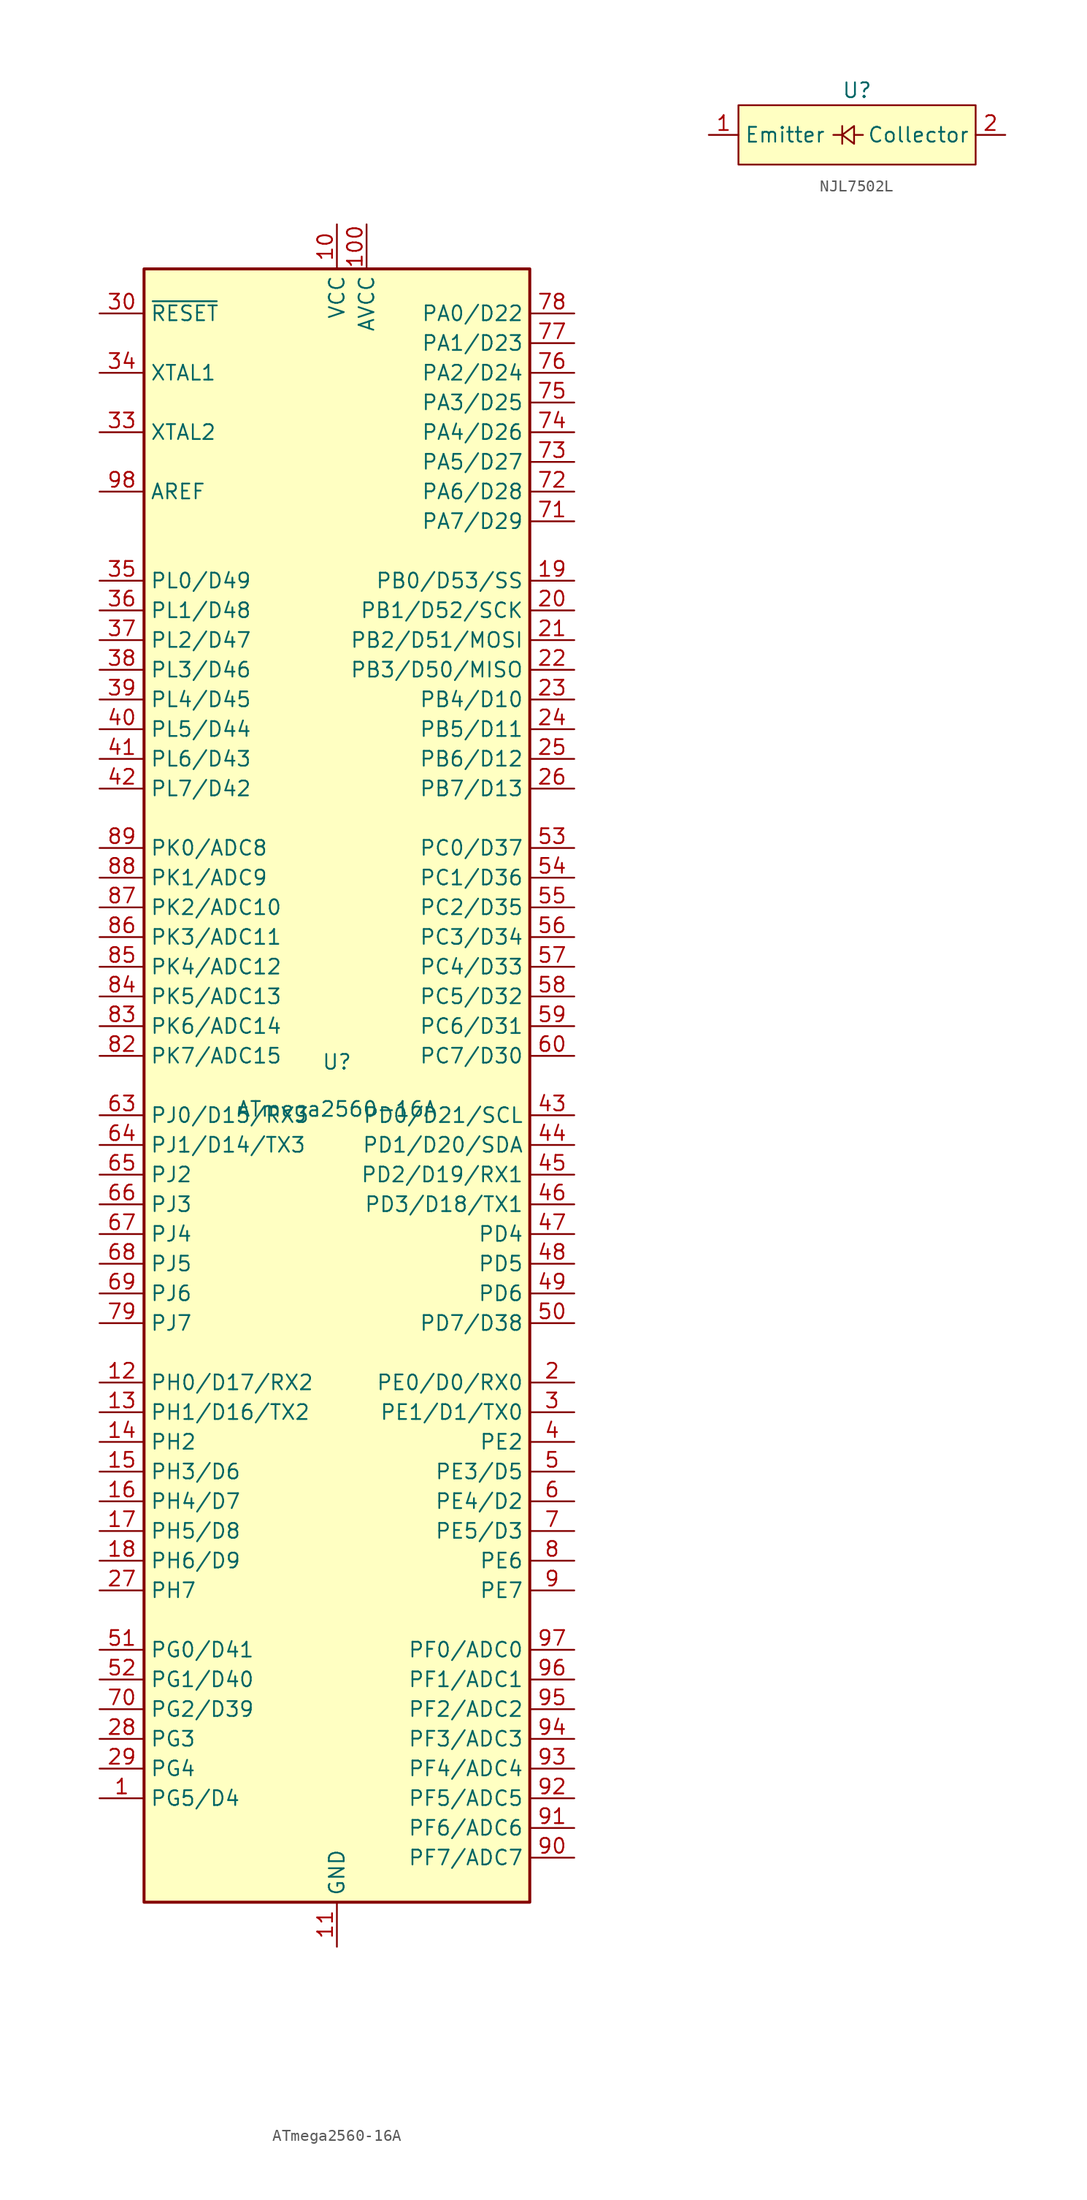
<source format=kicad_sym>
(kicad_symbol_lib
  (version 20231120)
  (generator "kicad_symbol_editor")
  (generator_version "8.0")
  (symbol "ATmega2560-16A"
    (property "Reference" "U"
      (at 0 1.27 0)
      (effects (font (size 1.27 1.27)) (justify bottom)))
    (property "Value" "ATmega2560-16A"
      (at 0 -1.27 0)
      (effects (font (size 1.27 1.27)) (justify top)))
    (symbol "ATmega2560-16A_0_1"
      (rectangle (start -16.51 69.85) (end 16.51 -69.85) (stroke (width 0.254) (type default)) (fill (type background))))
    (symbol "ATmega2560-16A_1_1"
      (pin bidirectional line (at -20.32 -60.96 0) (length 3.81) (name "PG5/D4" (effects (font (size 1.27 1.27)))) (number "1" (effects (font (size 1.27 1.27)))))
      (pin power_in line (at 0 73.66 270) (length 3.81) (name "VCC" (effects (font (size 1.27 1.27)))) (number "10" (effects (font (size 1.27 1.27)))))
      (pin power_in line (at 2.54 73.66 270) (length 3.81) (name "AVCC" (effects (font (size 1.27 1.27)))) (number "100" (effects (font (size 1.27 1.27)))))
      (pin power_in line (at 0 -73.66 90) (length 3.81) (name "GND" (effects (font (size 1.27 1.27)))) (number "11" (effects (font (size 1.27 1.27)))))
      (pin bidirectional line (at -20.32 -25.4 0) (length 3.81) (name "PH0/D17/RX2" (effects (font (size 1.27 1.27)))) (number "12" (effects (font (size 1.27 1.27)))))
      (pin bidirectional line (at -20.32 -27.94 0) (length 3.81) (name "PH1/D16/TX2" (effects (font (size 1.27 1.27)))) (number "13" (effects (font (size 1.27 1.27)))))
      (pin bidirectional line (at -20.32 -30.48 0) (length 3.81) (name "PH2" (effects (font (size 1.27 1.27)))) (number "14" (effects (font (size 1.27 1.27)))))
      (pin bidirectional line (at -20.32 -33.02 0) (length 3.81) (name "PH3/D6" (effects (font (size 1.27 1.27)))) (number "15" (effects (font (size 1.27 1.27)))))
      (pin bidirectional line (at -20.32 -35.56 0) (length 3.81) (name "PH4/D7" (effects (font (size 1.27 1.27)))) (number "16" (effects (font (size 1.27 1.27)))))
      (pin bidirectional line (at -20.32 -38.1 0) (length 3.81) (name "PH5/D8" (effects (font (size 1.27 1.27)))) (number "17" (effects (font (size 1.27 1.27)))))
      (pin bidirectional line (at -20.32 -40.64 0) (length 3.81) (name "PH6/D9" (effects (font (size 1.27 1.27)))) (number "18" (effects (font (size 1.27 1.27)))))
      (pin bidirectional line (at 20.32 43.18 180) (length 3.81) (name "PB0/D53/SS" (effects (font (size 1.27 1.27)))) (number "19" (effects (font (size 1.27 1.27)))))
      (pin bidirectional line (at 20.32 -25.4 180) (length 3.81) (name "PE0/D0/RX0" (effects (font (size 1.27 1.27)))) (number "2" (effects (font (size 1.27 1.27)))))
      (pin bidirectional line (at 20.32 40.64 180) (length 3.81) (name "PB1/D52/SCK" (effects (font (size 1.27 1.27)))) (number "20" (effects (font (size 1.27 1.27)))))
      (pin bidirectional line (at 20.32 38.1 180) (length 3.81) (name "PB2/D51/MOSI" (effects (font (size 1.27 1.27)))) (number "21" (effects (font (size 1.27 1.27)))))
      (pin bidirectional line (at 20.32 35.56 180) (length 3.81) (name "PB3/D50/MISO" (effects (font (size 1.27 1.27)))) (number "22" (effects (font (size 1.27 1.27)))))
      (pin bidirectional line (at 20.32 33.02 180) (length 3.81) (name "PB4/D10" (effects (font (size 1.27 1.27)))) (number "23" (effects (font (size 1.27 1.27)))))
      (pin bidirectional line (at 20.32 30.48 180) (length 3.81) (name "PB5/D11" (effects (font (size 1.27 1.27)))) (number "24" (effects (font (size 1.27 1.27)))))
      (pin bidirectional line (at 20.32 27.94 180) (length 3.81) (name "PB6/D12" (effects (font (size 1.27 1.27)))) (number "25" (effects (font (size 1.27 1.27)))))
      (pin bidirectional line (at 20.32 25.4 180) (length 3.81) (name "PB7/D13" (effects (font (size 1.27 1.27)))) (number "26" (effects (font (size 1.27 1.27)))))
      (pin bidirectional line (at -20.32 -43.18 0) (length 3.81) (name "PH7" (effects (font (size 1.27 1.27)))) (number "27" (effects (font (size 1.27 1.27)))))
      (pin bidirectional line (at -20.32 -55.88 0) (length 3.81) (name "PG3" (effects (font (size 1.27 1.27)))) (number "28" (effects (font (size 1.27 1.27)))))
      (pin bidirectional line (at -20.32 -58.42 0) (length 3.81) (name "PG4" (effects (font (size 1.27 1.27)))) (number "29" (effects (font (size 1.27 1.27)))))
      (pin bidirectional line (at 20.32 -27.94 180) (length 3.81) (name "PE1/D1/TX0" (effects (font (size 1.27 1.27)))) (number "3" (effects (font (size 1.27 1.27)))))
      (pin input line (at -20.32 66.04 0) (length 3.81) (name "~{RESET}" (effects (font (size 1.27 1.27)))) (number "30" (effects (font (size 1.27 1.27)))))
      (pin passive line (at 0 73.66 270) (length 3.81) hide (name "VCC" (effects (font (size 1.27 1.27)))) (number "31" (effects (font (size 1.27 1.27)))))
      (pin passive line (at 0 -73.66 90) (length 3.81) hide (name "GND" (effects (font (size 1.27 1.27)))) (number "32" (effects (font (size 1.27 1.27)))))
      (pin output line (at -20.32 55.88 0) (length 3.81) (name "XTAL2" (effects (font (size 1.27 1.27)))) (number "33" (effects (font (size 1.27 1.27)))))
      (pin input line (at -20.32 60.96 0) (length 3.81) (name "XTAL1" (effects (font (size 1.27 1.27)))) (number "34" (effects (font (size 1.27 1.27)))))
      (pin bidirectional line (at -20.32 43.18 0) (length 3.81) (name "PL0/D49" (effects (font (size 1.27 1.27)))) (number "35" (effects (font (size 1.27 1.27)))))
      (pin bidirectional line (at -20.32 40.64 0) (length 3.81) (name "PL1/D48" (effects (font (size 1.27 1.27)))) (number "36" (effects (font (size 1.27 1.27)))))
      (pin bidirectional line (at -20.32 38.1 0) (length 3.81) (name "PL2/D47" (effects (font (size 1.27 1.27)))) (number "37" (effects (font (size 1.27 1.27)))))
      (pin bidirectional line (at -20.32 35.56 0) (length 3.81) (name "PL3/D46" (effects (font (size 1.27 1.27)))) (number "38" (effects (font (size 1.27 1.27)))))
      (pin bidirectional line (at -20.32 33.02 0) (length 3.81) (name "PL4/D45" (effects (font (size 1.27 1.27)))) (number "39" (effects (font (size 1.27 1.27)))))
      (pin bidirectional line (at 20.32 -30.48 180) (length 3.81) (name "PE2" (effects (font (size 1.27 1.27)))) (number "4" (effects (font (size 1.27 1.27)))))
      (pin bidirectional line (at -20.32 30.48 0) (length 3.81) (name "PL5/D44" (effects (font (size 1.27 1.27)))) (number "40" (effects (font (size 1.27 1.27)))))
      (pin bidirectional line (at -20.32 27.94 0) (length 3.81) (name "PL6/D43" (effects (font (size 1.27 1.27)))) (number "41" (effects (font (size 1.27 1.27)))))
      (pin bidirectional line (at -20.32 25.4 0) (length 3.81) (name "PL7/D42" (effects (font (size 1.27 1.27)))) (number "42" (effects (font (size 1.27 1.27)))))
      (pin bidirectional line (at 20.32 -2.54 180) (length 3.81) (name "PD0/D21/SCL" (effects (font (size 1.27 1.27)))) (number "43" (effects (font (size 1.27 1.27)))))
      (pin bidirectional line (at 20.32 -5.08 180) (length 3.81) (name "PD1/D20/SDA" (effects (font (size 1.27 1.27)))) (number "44" (effects (font (size 1.27 1.27)))))
      (pin bidirectional line (at 20.32 -7.62 180) (length 3.81) (name "PD2/D19/RX1" (effects (font (size 1.27 1.27)))) (number "45" (effects (font (size 1.27 1.27)))))
      (pin bidirectional line (at 20.32 -10.16 180) (length 3.81) (name "PD3/D18/TX1" (effects (font (size 1.27 1.27)))) (number "46" (effects (font (size 1.27 1.27)))))
      (pin bidirectional line (at 20.32 -12.7 180) (length 3.81) (name "PD4" (effects (font (size 1.27 1.27)))) (number "47" (effects (font (size 1.27 1.27)))))
      (pin bidirectional line (at 20.32 -15.24 180) (length 3.81) (name "PD5" (effects (font (size 1.27 1.27)))) (number "48" (effects (font (size 1.27 1.27)))))
      (pin bidirectional line (at 20.32 -17.78 180) (length 3.81) (name "PD6" (effects (font (size 1.27 1.27)))) (number "49" (effects (font (size 1.27 1.27)))))
      (pin bidirectional line (at 20.32 -33.02 180) (length 3.81) (name "PE3/D5" (effects (font (size 1.27 1.27)))) (number "5" (effects (font (size 1.27 1.27)))))
      (pin bidirectional line (at 20.32 -20.32 180) (length 3.81) (name "PD7/D38" (effects (font (size 1.27 1.27)))) (number "50" (effects (font (size 1.27 1.27)))))
      (pin bidirectional line (at -20.32 -48.26 0) (length 3.81) (name "PG0/D41" (effects (font (size 1.27 1.27)))) (number "51" (effects (font (size 1.27 1.27)))))
      (pin bidirectional line (at -20.32 -50.8 0) (length 3.81) (name "PG1/D40" (effects (font (size 1.27 1.27)))) (number "52" (effects (font (size 1.27 1.27)))))
      (pin bidirectional line (at 20.32 20.32 180) (length 3.81) (name "PC0/D37" (effects (font (size 1.27 1.27)))) (number "53" (effects (font (size 1.27 1.27)))))
      (pin bidirectional line (at 20.32 17.78 180) (length 3.81) (name "PC1/D36" (effects (font (size 1.27 1.27)))) (number "54" (effects (font (size 1.27 1.27)))))
      (pin bidirectional line (at 20.32 15.24 180) (length 3.81) (name "PC2/D35" (effects (font (size 1.27 1.27)))) (number "55" (effects (font (size 1.27 1.27)))))
      (pin bidirectional line (at 20.32 12.7 180) (length 3.81) (name "PC3/D34" (effects (font (size 1.27 1.27)))) (number "56" (effects (font (size 1.27 1.27)))))
      (pin bidirectional line (at 20.32 10.16 180) (length 3.81) (name "PC4/D33" (effects (font (size 1.27 1.27)))) (number "57" (effects (font (size 1.27 1.27)))))
      (pin bidirectional line (at 20.32 7.62 180) (length 3.81) (name "PC5/D32" (effects (font (size 1.27 1.27)))) (number "58" (effects (font (size 1.27 1.27)))))
      (pin bidirectional line (at 20.32 5.08 180) (length 3.81) (name "PC6/D31" (effects (font (size 1.27 1.27)))) (number "59" (effects (font (size 1.27 1.27)))))
      (pin bidirectional line (at 20.32 -35.56 180) (length 3.81) (name "PE4/D2" (effects (font (size 1.27 1.27)))) (number "6" (effects (font (size 1.27 1.27)))))
      (pin bidirectional line (at 20.32 2.54 180) (length 3.81) (name "PC7/D30" (effects (font (size 1.27 1.27)))) (number "60" (effects (font (size 1.27 1.27)))))
      (pin passive line (at 0 73.66 270) (length 3.81) hide (name "VCC" (effects (font (size 1.27 1.27)))) (number "61" (effects (font (size 1.27 1.27)))))
      (pin passive line (at 0 -73.66 90) (length 3.81) hide (name "GND" (effects (font (size 1.27 1.27)))) (number "62" (effects (font (size 1.27 1.27)))))
      (pin bidirectional line (at -20.32 -2.54 0) (length 3.81) (name "PJ0/D15/RX3" (effects (font (size 1.27 1.27)))) (number "63" (effects (font (size 1.27 1.27)))))
      (pin bidirectional line (at -20.32 -5.08 0) (length 3.81) (name "PJ1/D14/TX3" (effects (font (size 1.27 1.27)))) (number "64" (effects (font (size 1.27 1.27)))))
      (pin bidirectional line (at -20.32 -7.62 0) (length 3.81) (name "PJ2" (effects (font (size 1.27 1.27)))) (number "65" (effects (font (size 1.27 1.27)))))
      (pin bidirectional line (at -20.32 -10.16 0) (length 3.81) (name "PJ3" (effects (font (size 1.27 1.27)))) (number "66" (effects (font (size 1.27 1.27)))))
      (pin bidirectional line (at -20.32 -12.7 0) (length 3.81) (name "PJ4" (effects (font (size 1.27 1.27)))) (number "67" (effects (font (size 1.27 1.27)))))
      (pin bidirectional line (at -20.32 -15.24 0) (length 3.81) (name "PJ5" (effects (font (size 1.27 1.27)))) (number "68" (effects (font (size 1.27 1.27)))))
      (pin bidirectional line (at -20.32 -17.78 0) (length 3.81) (name "PJ6" (effects (font (size 1.27 1.27)))) (number "69" (effects (font (size 1.27 1.27)))))
      (pin bidirectional line (at 20.32 -38.1 180) (length 3.81) (name "PE5/D3" (effects (font (size 1.27 1.27)))) (number "7" (effects (font (size 1.27 1.27)))))
      (pin bidirectional line (at -20.32 -53.34 0) (length 3.81) (name "PG2/D39" (effects (font (size 1.27 1.27)))) (number "70" (effects (font (size 1.27 1.27)))))
      (pin bidirectional line (at 20.32 48.26 180) (length 3.81) (name "PA7/D29" (effects (font (size 1.27 1.27)))) (number "71" (effects (font (size 1.27 1.27)))))
      (pin bidirectional line (at 20.32 50.8 180) (length 3.81) (name "PA6/D28" (effects (font (size 1.27 1.27)))) (number "72" (effects (font (size 1.27 1.27)))))
      (pin bidirectional line (at 20.32 53.34 180) (length 3.81) (name "PA5/D27" (effects (font (size 1.27 1.27)))) (number "73" (effects (font (size 1.27 1.27)))))
      (pin bidirectional line (at 20.32 55.88 180) (length 3.81) (name "PA4/D26" (effects (font (size 1.27 1.27)))) (number "74" (effects (font (size 1.27 1.27)))))
      (pin bidirectional line (at 20.32 58.42 180) (length 3.81) (name "PA3/D25" (effects (font (size 1.27 1.27)))) (number "75" (effects (font (size 1.27 1.27)))))
      (pin bidirectional line (at 20.32 60.96 180) (length 3.81) (name "PA2/D24" (effects (font (size 1.27 1.27)))) (number "76" (effects (font (size 1.27 1.27)))))
      (pin bidirectional line (at 20.32 63.5 180) (length 3.81) (name "PA1/D23" (effects (font (size 1.27 1.27)))) (number "77" (effects (font (size 1.27 1.27)))))
      (pin bidirectional line (at 20.32 66.04 180) (length 3.81) (name "PA0/D22" (effects (font (size 1.27 1.27)))) (number "78" (effects (font (size 1.27 1.27)))))
      (pin bidirectional line (at -20.32 -20.32 0) (length 3.81) (name "PJ7" (effects (font (size 1.27 1.27)))) (number "79" (effects (font (size 1.27 1.27)))))
      (pin bidirectional line (at 20.32 -40.64 180) (length 3.81) (name "PE6" (effects (font (size 1.27 1.27)))) (number "8" (effects (font (size 1.27 1.27)))))
      (pin passive line (at 0 73.66 270) (length 3.81) hide (name "VCC" (effects (font (size 1.27 1.27)))) (number "80" (effects (font (size 1.27 1.27)))))
      (pin passive line (at 0 -73.66 90) (length 3.81) hide (name "GND" (effects (font (size 1.27 1.27)))) (number "81" (effects (font (size 1.27 1.27)))))
      (pin bidirectional line (at -20.32 2.54 0) (length 3.81) (name "PK7/ADC15" (effects (font (size 1.27 1.27)))) (number "82" (effects (font (size 1.27 1.27)))))
      (pin bidirectional line (at -20.32 5.08 0) (length 3.81) (name "PK6/ADC14" (effects (font (size 1.27 1.27)))) (number "83" (effects (font (size 1.27 1.27)))))
      (pin bidirectional line (at -20.32 7.62 0) (length 3.81) (name "PK5/ADC13" (effects (font (size 1.27 1.27)))) (number "84" (effects (font (size 1.27 1.27)))))
      (pin bidirectional line (at -20.32 10.16 0) (length 3.81) (name "PK4/ADC12" (effects (font (size 1.27 1.27)))) (number "85" (effects (font (size 1.27 1.27)))))
      (pin bidirectional line (at -20.32 12.7 0) (length 3.81) (name "PK3/ADC11" (effects (font (size 1.27 1.27)))) (number "86" (effects (font (size 1.27 1.27)))))
      (pin bidirectional line (at -20.32 15.24 0) (length 3.81) (name "PK2/ADC10" (effects (font (size 1.27 1.27)))) (number "87" (effects (font (size 1.27 1.27)))))
      (pin bidirectional line (at -20.32 17.78 0) (length 3.81) (name "PK1/ADC9" (effects (font (size 1.27 1.27)))) (number "88" (effects (font (size 1.27 1.27)))))
      (pin bidirectional line (at -20.32 20.32 0) (length 3.81) (name "PK0/ADC8" (effects (font (size 1.27 1.27)))) (number "89" (effects (font (size 1.27 1.27)))))
      (pin bidirectional line (at 20.32 -43.18 180) (length 3.81) (name "PE7" (effects (font (size 1.27 1.27)))) (number "9" (effects (font (size 1.27 1.27)))))
      (pin bidirectional line (at 20.32 -66.04 180) (length 3.81) (name "PF7/ADC7" (effects (font (size 1.27 1.27)))) (number "90" (effects (font (size 1.27 1.27)))))
      (pin bidirectional line (at 20.32 -63.5 180) (length 3.81) (name "PF6/ADC6" (effects (font (size 1.27 1.27)))) (number "91" (effects (font (size 1.27 1.27)))))
      (pin bidirectional line (at 20.32 -60.96 180) (length 3.81) (name "PF5/ADC5" (effects (font (size 1.27 1.27)))) (number "92" (effects (font (size 1.27 1.27)))))
      (pin bidirectional line (at 20.32 -58.42 180) (length 3.81) (name "PF4/ADC4" (effects (font (size 1.27 1.27)))) (number "93" (effects (font (size 1.27 1.27)))))
      (pin bidirectional line (at 20.32 -55.88 180) (length 3.81) (name "PF3/ADC3" (effects (font (size 1.27 1.27)))) (number "94" (effects (font (size 1.27 1.27)))))
      (pin bidirectional line (at 20.32 -53.34 180) (length 3.81) (name "PF2/ADC2" (effects (font (size 1.27 1.27)))) (number "95" (effects (font (size 1.27 1.27)))))
      (pin bidirectional line (at 20.32 -50.8 180) (length 3.81) (name "PF1/ADC1" (effects (font (size 1.27 1.27)))) (number "96" (effects (font (size 1.27 1.27)))))
      (pin bidirectional line (at 20.32 -48.26 180) (length 3.81) (name "PF0/ADC0" (effects (font (size 1.27 1.27)))) (number "97" (effects (font (size 1.27 1.27)))))
      (pin passive line (at -20.32 50.8 0) (length 3.81) (name "AREF" (effects (font (size 1.27 1.27)))) (number "98" (effects (font (size 1.27 1.27)))))
      (pin passive line (at 0 -73.66 90) (length 3.81) hide (name "GND" (effects (font (size 1.27 1.27)))) (number "99" (effects (font (size 1.27 1.27)))))))
  (symbol "NJL7502L"
    (property "Reference" "U"
      (at 0 1.27 0)
      (effects (font (size 1.27 1.27))))
    (property "Value" ""
      (at 0 3.81 0)
      (effects (font (size 1.27 1.27))))
    (symbol "NJL7502L_1_1"
      (rectangle (start -10.16 0) (end 10.16 -5.08) (stroke (width 0) (type default)) (fill (type background)))
      (polyline (pts (xy -1.27 -2.54) (xy -2.032 -2.54)) (stroke (width 0) (type default)) (fill (type none)))
      (polyline (pts (xy -1.27 -1.778) (xy -1.27 -3.302)) (stroke (width 0) (type default)) (fill (type none)))
      (polyline (pts (xy 0.508 -2.54) (xy -0.254 -2.54)) (stroke (width 0) (type default)) (fill (type none)))
      (polyline (pts (xy -0.254 -2.54) (xy -0.254 -1.778) (xy -1.27 -2.54) (xy -0.254 -3.302) (xy -0.254 -2.54)) (stroke (width 0) (type default)) (fill (type none)))
      (pin passive line (at -12.7 -2.54 0) (length 2.54) (name "Emitter" (effects (font (size 1.27 1.27)))) (number "1" (effects (font (size 1.27 1.27)))))
      (pin passive line (at 12.7 -2.54 180) (length 2.54) (name "Collector" (effects (font (size 1.27 1.27)))) (number "2" (effects (font (size 1.27 1.27))))))))
</source>
